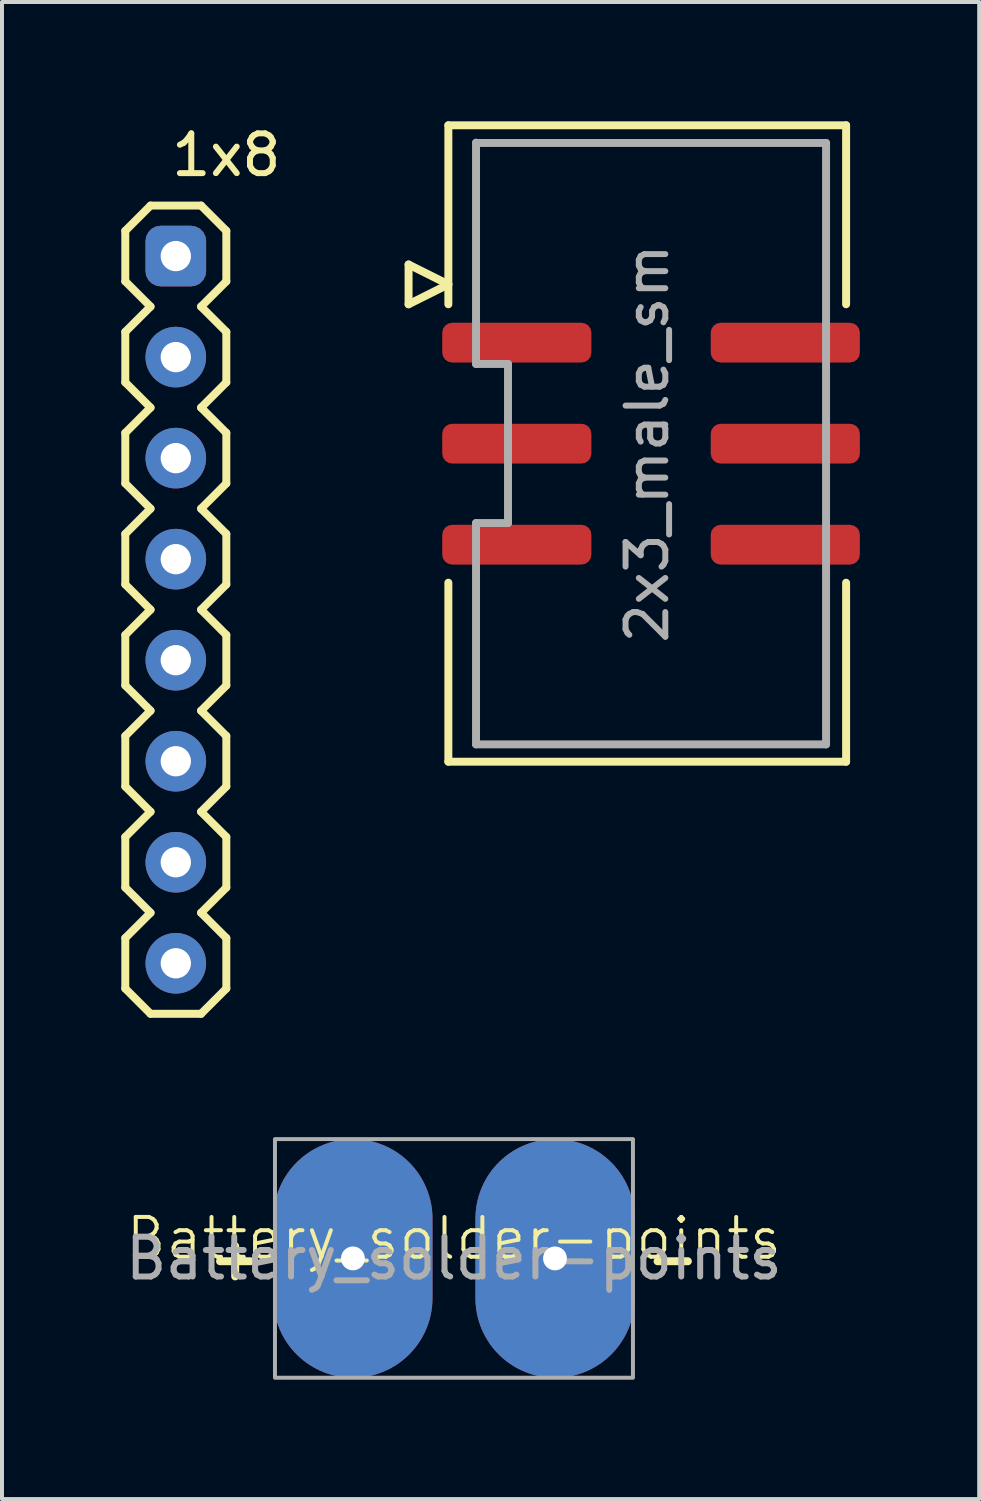
<source format=kicad_pcb>
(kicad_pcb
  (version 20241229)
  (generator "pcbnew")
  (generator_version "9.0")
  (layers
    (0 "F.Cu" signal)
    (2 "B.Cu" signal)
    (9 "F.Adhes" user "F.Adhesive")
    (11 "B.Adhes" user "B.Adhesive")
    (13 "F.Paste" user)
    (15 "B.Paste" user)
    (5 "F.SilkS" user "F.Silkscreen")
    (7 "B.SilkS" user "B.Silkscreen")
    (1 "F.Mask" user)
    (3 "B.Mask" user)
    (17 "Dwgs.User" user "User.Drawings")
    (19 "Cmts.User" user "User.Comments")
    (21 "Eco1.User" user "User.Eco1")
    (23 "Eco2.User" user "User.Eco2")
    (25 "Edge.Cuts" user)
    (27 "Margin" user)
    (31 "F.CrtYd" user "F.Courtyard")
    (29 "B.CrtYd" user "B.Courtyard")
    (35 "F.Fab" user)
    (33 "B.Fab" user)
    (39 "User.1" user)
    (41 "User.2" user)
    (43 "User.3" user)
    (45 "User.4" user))
  (footprint "Battery_solder-points"
    (layer "F.Cu")
    (at 8.363 28.588)
    (property "Reference" "Battery_solder-points" (at 0 -0.5 0) (unlocked yes) (layer "F.SilkS") (effects (font (size 1 1) (thickness 0.1))))
    (attr smd)
    (fp_rect (start -4.5 -3) (end 4.5 3) (stroke (width 0.1) (type default)) (fill no) (layer "F.Fab"))
    (fp_text user "-" (at 5.5 0 0) (unlocked yes) (layer "F.SilkS") (effects (font (size 1 1) (thickness 0.2) (bold yes))))
    (fp_text user "+" (at -5.5 0 0) (unlocked yes) (layer "F.SilkS") (effects (font (size 1 1) (thickness 0.2) (bold yes))))
    (fp_text user "${REFERENCE}" (at 0 0 0) (unlocked yes) (layer "F.Fab") (effects (font (size 1 1) (thickness 0.15))))
    (pad "1" thru_hole oval (at -2.54 0) (size 4 6) (drill 0.6) (layers "*.Cu" "*.Mask"))
    (pad "2" thru_hole oval (at 2.54 0) (size 4 6) (drill 0.6) (layers "*.Cu" "*.Mask")))
  (footprint "1x8"
    (layer "F.Cu")
    (at 1.37 11.008)
    (property "Reference" "1x8" (at 1.27 -10.16 0) (layer "F.SilkS") (effects (font (size 1 1) (thickness 0.15))))
    (attr through_hole)
    (fp_line (start -1.27 -8.255) (end -1.27 -6.985) (stroke (width 0.2) (type solid)) (layer "F.SilkS"))
    (fp_line (start -1.27 -6.985) (end -0.635 -6.35) (stroke (width 0.2) (type solid)) (layer "F.SilkS"))
    (fp_line (start -1.27 -5.715) (end -1.27 -4.445) (stroke (width 0.2) (type solid)) (layer "F.SilkS"))
    (fp_line (start -1.27 -4.445) (end -0.635 -3.81) (stroke (width 0.2) (type solid)) (layer "F.SilkS"))
    (fp_line (start -1.27 -3.175) (end -1.27 -1.905) (stroke (width 0.2) (type solid)) (layer "F.SilkS"))
    (fp_line (start -1.27 -1.905) (end -0.635 -1.27) (stroke (width 0.2) (type solid)) (layer "F.SilkS"))
    (fp_line (start -1.27 -0.635) (end -1.27 0.635) (stroke (width 0.2) (type solid)) (layer "F.SilkS"))
    (fp_line (start -1.27 0.635) (end -0.635 1.27) (stroke (width 0.2) (type solid)) (layer "F.SilkS"))
    (fp_line (start -1.27 1.905) (end -1.27 3.175) (stroke (width 0.2) (type solid)) (layer "F.SilkS"))
    (fp_line (start -1.27 3.175) (end -0.635 3.81) (stroke (width 0.2) (type solid)) (layer "F.SilkS"))
    (fp_line (start -1.27 4.445) (end -1.27 5.715) (stroke (width 0.2) (type solid)) (layer "F.SilkS"))
    (fp_line (start -1.27 5.715) (end -0.635 6.35) (stroke (width 0.2) (type solid)) (layer "F.SilkS"))
    (fp_line (start -1.27 6.985) (end -1.27 8.255) (stroke (width 0.2) (type solid)) (layer "F.SilkS"))
    (fp_line (start -1.27 8.255) (end -0.635 8.89) (stroke (width 0.2) (type solid)) (layer "F.SilkS"))
    (fp_line (start -1.27 9.525) (end -1.27 10.795) (stroke (width 0.2) (type solid)) (layer "F.SilkS"))
    (fp_line (start -1.27 10.795) (end -0.635 11.43) (stroke (width 0.2) (type solid)) (layer "F.SilkS"))
    (fp_line (start -0.635 -8.89) (end -1.27 -8.255) (stroke (width 0.2) (type solid)) (layer "F.SilkS"))
    (fp_line (start -0.635 -6.35) (end -1.27 -5.715) (stroke (width 0.2) (type solid)) (layer "F.SilkS"))
    (fp_line (start -0.635 -3.81) (end -1.27 -3.175) (stroke (width 0.2) (type solid)) (layer "F.SilkS"))
    (fp_line (start -0.635 -1.27) (end -1.27 -0.635) (stroke (width 0.2) (type solid)) (layer "F.SilkS"))
    (fp_line (start -0.635 1.27) (end -1.27 1.905) (stroke (width 0.2) (type solid)) (layer "F.SilkS"))
    (fp_line (start -0.635 3.81) (end -1.27 4.445) (stroke (width 0.2) (type solid)) (layer "F.SilkS"))
    (fp_line (start -0.635 6.35) (end -1.27 6.985) (stroke (width 0.2) (type solid)) (layer "F.SilkS"))
    (fp_line (start -0.635 8.89) (end -1.27 9.525) (stroke (width 0.2) (type solid)) (layer "F.SilkS"))
    (fp_line (start -0.635 11.43) (end 0.635 11.43) (stroke (width 0.2) (type solid)) (layer "F.SilkS"))
    (fp_line (start 0.635 -8.89) (end -0.635 -8.89) (stroke (width 0.2) (type solid)) (layer "F.SilkS"))
    (fp_line (start 0.635 -6.35) (end 1.27 -6.985) (stroke (width 0.2) (type solid)) (layer "F.SilkS"))
    (fp_line (start 0.635 -3.81) (end 1.27 -4.445) (stroke (width 0.2) (type solid)) (layer "F.SilkS"))
    (fp_line (start 0.635 -1.27) (end 1.27 -1.905) (stroke (width 0.2) (type solid)) (layer "F.SilkS"))
    (fp_line (start 0.635 1.27) (end 1.27 0.635) (stroke (width 0.2) (type solid)) (layer "F.SilkS"))
    (fp_line (start 0.635 3.81) (end 1.27 3.175) (stroke (width 0.2) (type solid)) (layer "F.SilkS"))
    (fp_line (start 0.635 6.35) (end 1.27 5.715) (stroke (width 0.2) (type solid)) (layer "F.SilkS"))
    (fp_line (start 0.635 8.89) (end 1.27 8.255) (stroke (width 0.2) (type solid)) (layer "F.SilkS"))
    (fp_line (start 0.635 11.43) (end 1.27 10.795) (stroke (width 0.2) (type solid)) (layer "F.SilkS"))
    (fp_line (start 1.27 -8.255) (end 0.635 -8.89) (stroke (width 0.2) (type solid)) (layer "F.SilkS"))
    (fp_line (start 1.27 -6.985) (end 1.27 -8.255) (stroke (width 0.2) (type solid)) (layer "F.SilkS"))
    (fp_line (start 1.27 -5.715) (end 0.635 -6.35) (stroke (width 0.2) (type solid)) (layer "F.SilkS"))
    (fp_line (start 1.27 -4.445) (end 1.27 -5.715) (stroke (width 0.2) (type solid)) (layer "F.SilkS"))
    (fp_line (start 1.27 -3.175) (end 0.635 -3.81) (stroke (width 0.2) (type solid)) (layer "F.SilkS"))
    (fp_line (start 1.27 -1.905) (end 1.27 -3.175) (stroke (width 0.2) (type solid)) (layer "F.SilkS"))
    (fp_line (start 1.27 -0.635) (end 0.635 -1.27) (stroke (width 0.2) (type solid)) (layer "F.SilkS"))
    (fp_line (start 1.27 0.635) (end 1.27 -0.635) (stroke (width 0.2) (type solid)) (layer "F.SilkS"))
    (fp_line (start 1.27 1.905) (end 0.635 1.27) (stroke (width 0.2) (type solid)) (layer "F.SilkS"))
    (fp_line (start 1.27 3.175) (end 1.27 1.905) (stroke (width 0.2) (type solid)) (layer "F.SilkS"))
    (fp_line (start 1.27 4.445) (end 0.635 3.81) (stroke (width 0.2) (type solid)) (layer "F.SilkS"))
    (fp_line (start 1.27 5.715) (end 1.27 4.445) (stroke (width 0.2) (type solid)) (layer "F.SilkS"))
    (fp_line (start 1.27 6.985) (end 0.635 6.35) (stroke (width 0.2) (type solid)) (layer "F.SilkS"))
    (fp_line (start 1.27 8.255) (end 1.27 6.985) (stroke (width 0.2) (type solid)) (layer "F.SilkS"))
    (fp_line (start 1.27 9.525) (end 0.635 8.89) (stroke (width 0.2) (type solid)) (layer "F.SilkS"))
    (fp_line (start 1.27 10.795) (end 1.27 9.525) (stroke (width 0.2) (type solid)) (layer "F.SilkS"))
    (pad "1" thru_hole roundrect (at 0 -7.62) (size 1.524 1.524) (drill 0.762) (layers "*.Cu" "*.Mask") (roundrect_rratio 0.25))
    (pad "2" thru_hole circle (at 0 -5.08) (size 1.524 1.524) (drill 0.762) (layers "*.Cu" "*.Mask"))
    (pad "3" thru_hole circle (at 0 -2.54) (size 1.524 1.524) (drill 0.762) (layers "*.Cu" "*.Mask"))
    (pad "4" thru_hole circle (at 0 0) (size 1.524 1.524) (drill 0.762) (layers "*.Cu" "*.Mask"))
    (pad "5" thru_hole circle (at 0 2.54) (size 1.524 1.524) (drill 0.762) (layers "*.Cu" "*.Mask"))
    (pad "6" thru_hole circle (at 0 5.08) (size 1.524 1.524) (drill 0.762) (layers "*.Cu" "*.Mask"))
    (pad "7" thru_hole circle (at 0 7.62) (size 1.524 1.524) (drill 0.762) (layers "*.Cu" "*.Mask"))
    (pad "8" thru_hole circle (at 0 10.16) (size 1.524 1.524) (drill 0.762) (layers "*.Cu" "*.Mask")))
  (footprint "2x3_male_sm"
    (layer "F.Cu")
    (at 13.222 8.1)
    (property "Reference" "2x3_male_sm" (at 0 0 90) (layer "F.Fab") (effects (font (size 1 1) (thickness 0.15))))
    (attr through_hole)
    (fp_line (start -6 -4.5) (end -6 -3.5) (stroke (width 0.2) (type solid)) (layer "F.SilkS"))
    (fp_line (start -6 -3.5) (end -5 -4) (stroke (width 0.2) (type solid)) (layer "F.SilkS"))
    (fp_line (start -5 -8) (end 5 -8) (stroke (width 0.2) (type solid)) (layer "F.SilkS"))
    (fp_line (start -5 -4) (end -6 -4.5) (stroke (width 0.2) (type solid)) (layer "F.SilkS"))
    (fp_line (start -5 -3.5) (end -5 -8) (stroke (width 0.2) (type solid)) (layer "F.SilkS"))
    (fp_line (start -5 3.5) (end -5 8) (stroke (width 0.2) (type solid)) (layer "F.SilkS"))
    (fp_line (start -5 8) (end 5 8) (stroke (width 0.2) (type solid)) (layer "F.SilkS"))
    (fp_line (start 5 -8) (end 5 -3.5) (stroke (width 0.2) (type solid)) (layer "F.SilkS"))
    (fp_line (start 5 8) (end 5 3.5) (stroke (width 0.2) (type solid)) (layer "F.SilkS"))
    (fp_line (start -4.304 -7.564) (end -4.304 -2) (stroke (width 0.2) (type solid)) (layer "F.Fab"))
    (fp_line (start -4.304 -2) (end -3.5 -2) (stroke (width 0.2) (type solid)) (layer "F.Fab"))
    (fp_line (start -4.304 2) (end -3.5 2) (stroke (width 0.2) (type solid)) (layer "F.Fab"))
    (fp_line (start -4.304 7.564) (end -4.304 2) (stroke (width 0.2) (type solid)) (layer "F.Fab"))
    (fp_line (start -3.5 -2) (end -3.5 2) (stroke (width 0.2) (type solid)) (layer "F.Fab"))
    (fp_line (start 4.496 -7.556) (end -4.304 -7.556) (stroke (width 0.2) (type solid)) (layer "F.Fab"))
    (fp_line (start 4.496 7.564) (end -4.304 7.564) (stroke (width 0.2) (type solid)) (layer "F.Fab"))
    (fp_line (start 4.496 7.564) (end 4.496 -7.556) (stroke (width 0.2) (type solid)) (layer "F.Fab"))
    (pad "1" smd roundrect (at -3.279 -2.536 90) (size 1 3.75) (layers "F.Cu" "F.Mask" "F.Paste") (roundrect_rratio 0.25))
    (pad "2" smd roundrect (at 3.471 -2.536 90) (size 1 3.75) (layers "F.Cu" "F.Mask" "F.Paste") (roundrect_rratio 0.25))
    (pad "3" smd roundrect (at -3.279 0.004 90) (size 1 3.75) (layers "F.Cu" "F.Mask" "F.Paste") (roundrect_rratio 0.25))
    (pad "4" smd roundrect (at 3.471 0.004 90) (size 1 3.75) (layers "F.Cu" "F.Mask" "F.Paste") (roundrect_rratio 0.25))
    (pad "5" smd roundrect (at -3.279 2.544 90) (size 1 3.75) (layers "F.Cu" "F.Mask" "F.Paste") (roundrect_rratio 0.25))
    (pad "6" smd roundrect (at 3.471 2.544 90) (size 1 3.75) (layers "F.Cu" "F.Mask" "F.Paste") (roundrect_rratio 0.25)))
  (gr_rect
    (start -3 -3)
    (end 21.568 34.638)
    (stroke (width 0.1) (type default))
    (fill no)
    (layer "Edge.Cuts")))
</source>
